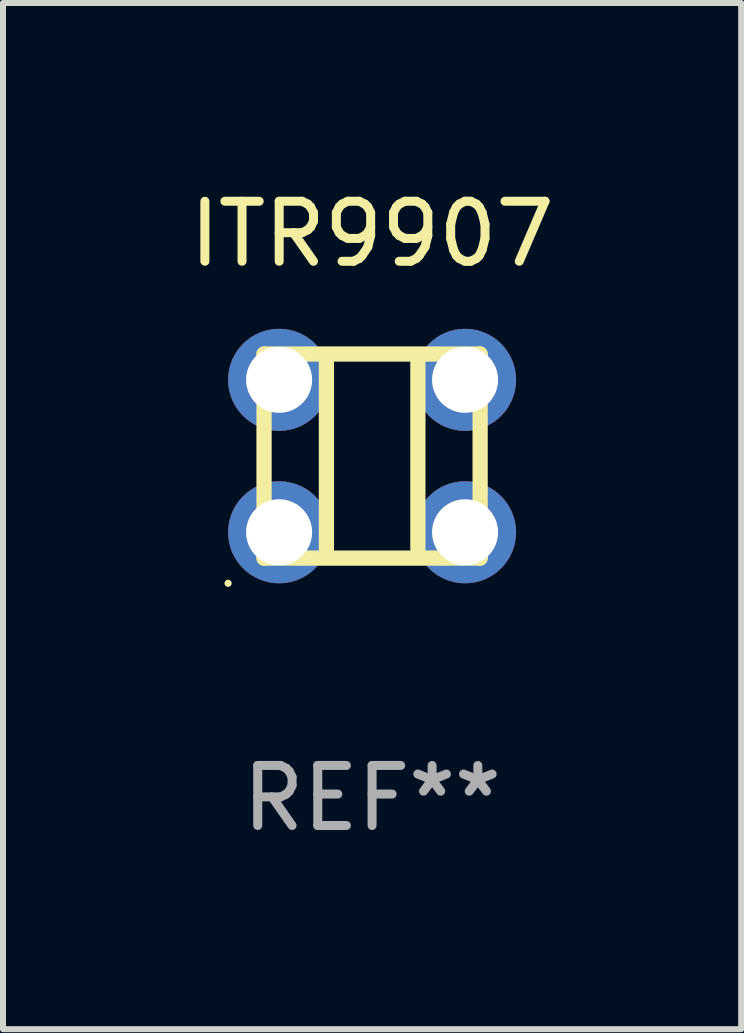
<source format=kicad_pcb>
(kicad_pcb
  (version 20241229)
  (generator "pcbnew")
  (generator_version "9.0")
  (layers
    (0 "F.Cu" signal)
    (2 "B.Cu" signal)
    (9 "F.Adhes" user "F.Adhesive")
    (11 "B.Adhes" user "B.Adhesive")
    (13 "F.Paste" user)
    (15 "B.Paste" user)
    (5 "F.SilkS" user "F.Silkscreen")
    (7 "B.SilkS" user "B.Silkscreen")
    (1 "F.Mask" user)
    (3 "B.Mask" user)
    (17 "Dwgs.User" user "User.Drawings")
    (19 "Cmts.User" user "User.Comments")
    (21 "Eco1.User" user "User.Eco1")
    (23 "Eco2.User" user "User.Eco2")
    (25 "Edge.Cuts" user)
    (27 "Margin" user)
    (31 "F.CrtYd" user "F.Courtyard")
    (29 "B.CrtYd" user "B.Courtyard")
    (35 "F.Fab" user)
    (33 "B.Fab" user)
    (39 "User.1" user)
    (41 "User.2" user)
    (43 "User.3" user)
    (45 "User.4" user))
  (footprint "ITR9907"
    (layer "F.Cu")
    (at 3.149 4.548)
    (property "Reference" "ITR9907" (at 0 -3.7 0) (layer "F.SilkS") (effects (font (size 1 1) (thickness 0.15))))
    (attr through_hole)
    (fp_line (start -1.8 -1.7) (end 1.8 -1.7) (stroke (width 0.254) (type solid)) (layer "F.SilkS"))
    (fp_line (start -1.8 1.7) (end -1.8 -1.7) (stroke (width 0.254) (type solid)) (layer "F.SilkS"))
    (fp_line (start -0.761 1.55) (end -0.761 -1.55) (stroke (width 0.254) (type solid)) (layer "F.SilkS"))
    (fp_line (start 0.763 1.55) (end 0.763 -1.55) (stroke (width 0.254) (type solid)) (layer "F.SilkS"))
    (fp_line (start 1.8 -1.7) (end 1.8 1.7) (stroke (width 0.254) (type solid)) (layer "F.SilkS"))
    (fp_line (start 1.8 1.7) (end -1.8 1.7) (stroke (width 0.254) (type solid)) (layer "F.SilkS"))
    (fp_circle (center -2.399 2.12) (end -2.369 2.12) (stroke (width 0.06) (type solid)) (fill no) (layer "F.SilkS"))
    (fp_text user "REF**" (at 0 5.7 0) (layer "F.Fab") (effects (font (size 1 1) (thickness 0.15))))
    (pad "1" thru_hole circle (at -1.549 1.27) (size 1.7 1.7) (drill 1.1) (layers "*.Cu" "*.Mask"))
    (pad "2" thru_hole circle (at -1.549 -1.27) (size 1.7 1.7) (drill 1.1) (layers "*.Cu" "*.Mask"))
    (pad "3" thru_hole circle (at 1.549 -1.27) (size 1.7 1.7) (drill 1.1) (layers "*.Cu" "*.Mask"))
    (pad "4" thru_hole circle (at 1.549 1.27) (size 1.7 1.7) (drill 1.1) (layers "*.Cu" "*.Mask")))
  (gr_rect
    (start -3 -3)
    (end 9.298 14.097)
    (stroke (width 0.1) (type default))
    (fill no)
    (layer "Edge.Cuts")))
</source>
